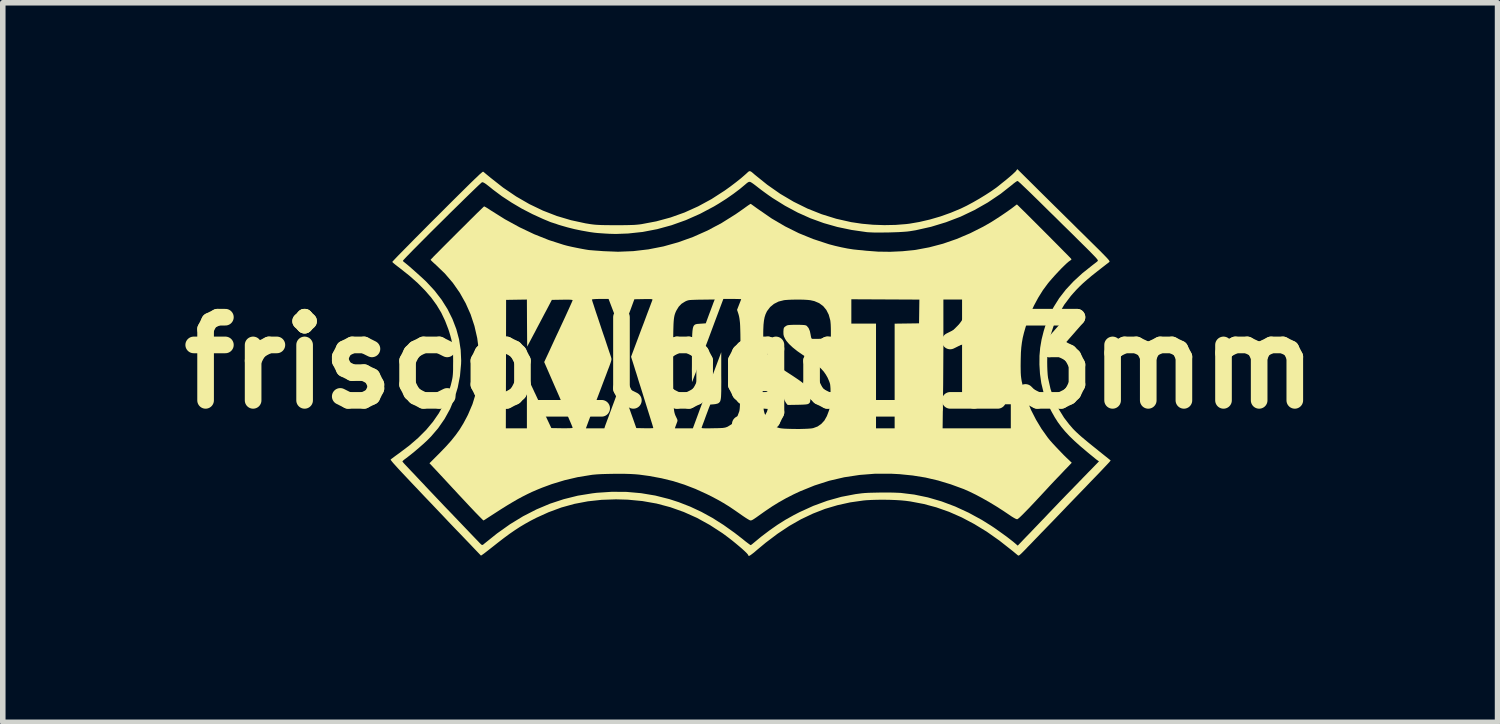
<source format=kicad_pcb>
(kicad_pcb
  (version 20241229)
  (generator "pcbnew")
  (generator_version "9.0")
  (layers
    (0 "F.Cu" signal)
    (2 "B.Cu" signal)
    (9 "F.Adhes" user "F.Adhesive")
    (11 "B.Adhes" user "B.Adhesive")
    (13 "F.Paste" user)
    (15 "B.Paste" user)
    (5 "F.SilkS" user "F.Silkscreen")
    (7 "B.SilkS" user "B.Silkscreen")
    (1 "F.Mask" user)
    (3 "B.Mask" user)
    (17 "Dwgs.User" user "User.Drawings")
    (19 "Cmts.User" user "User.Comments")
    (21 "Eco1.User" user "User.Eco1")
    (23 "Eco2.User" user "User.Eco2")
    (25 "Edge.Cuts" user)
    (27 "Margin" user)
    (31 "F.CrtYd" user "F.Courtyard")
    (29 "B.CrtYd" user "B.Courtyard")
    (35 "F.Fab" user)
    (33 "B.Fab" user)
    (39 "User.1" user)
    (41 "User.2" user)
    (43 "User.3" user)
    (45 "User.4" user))
  (footprint "frisco_logo_13mm"
    (layer "F.Cu")
    (at 10.479 3.492)
    (property "Reference" "frisco_logo_13mm" (at 0 0 0) (layer "F.SilkS") (effects (font (size 1.5 1.5) (thickness 0.3))))
    (attr board_only exclude_from_pos_files exclude_from_bom)
    (fp_poly (pts (xy 5.142 -3.171) (xy 5.21 -3.103) (xy 5.291 -3.023) (xy 5.382 -2.933) (xy 5.481 -2.835) (xy 5.586 -2.732) (xy 5.692 -2.627) (xy 5.799 -2.522) (xy 5.902 -2.419) (xy 5.981 -2.342) (xy 6.083 -2.241) (xy 6.17 -2.155) (xy 6.244 -2.082) (xy 6.306 -2.021) (xy 6.356 -1.97) (xy 6.396 -1.929) (xy 6.427 -1.897) (xy 6.45 -1.872) (xy 6.466 -1.853) (xy 6.475 -1.84) (xy 6.48 -1.83) (xy 6.48 -1.824) (xy 6.478 -1.819) (xy 6.473 -1.815) (xy 6.455 -1.8) (xy 6.424 -1.777) (xy 6.386 -1.747) (xy 6.365 -1.731) (xy 6.255 -1.645) (xy 6.159 -1.569) (xy 6.077 -1.5) (xy 6.005 -1.437) (xy 5.941 -1.376) (xy 5.882 -1.316) (xy 5.826 -1.254) (xy 5.783 -1.205) (xy 5.664 -1.047) (xy 5.564 -0.878) (xy 5.483 -0.699) (xy 5.421 -0.509) (xy 5.377 -0.308) (xy 5.367 -0.245) (xy 5.361 -0.184) (xy 5.358 -0.109) (xy 5.356 -0.025) (xy 5.357 0.061) (xy 5.36 0.144) (xy 5.365 0.218) (xy 5.372 0.276) (xy 5.373 0.279) (xy 5.416 0.473) (xy 5.479 0.657) (xy 5.56 0.829) (xy 5.66 0.991) (xy 5.754 1.113) (xy 5.787 1.151) (xy 5.818 1.187) (xy 5.851 1.221) (xy 5.886 1.255) (xy 5.926 1.292) (xy 5.972 1.333) (xy 6.028 1.38) (xy 6.094 1.435) (xy 6.173 1.499) (xy 6.268 1.575) (xy 6.276 1.582) (xy 6.501 1.762) (xy 6.473 1.796) (xy 6.458 1.812) (xy 6.431 1.841) (xy 6.393 1.881) (xy 6.346 1.931) (xy 6.292 1.988) (xy 6.233 2.049) (xy 6.204 2.079) (xy 6.136 2.149) (xy 6.057 2.232) (xy 5.971 2.321) (xy 5.882 2.413) (xy 5.794 2.504) (xy 5.712 2.589) (xy 5.676 2.627) (xy 5.605 2.701) (xy 5.532 2.777) (xy 5.461 2.851) (xy 5.393 2.921) (xy 5.333 2.983) (xy 5.283 3.035) (xy 5.252 3.066) (xy 5.195 3.126) (xy 5.129 3.194) (xy 5.062 3.264) (xy 5 3.327) (xy 4.981 3.348) (xy 4.932 3.398) (xy 4.897 3.433) (xy 4.871 3.457) (xy 4.854 3.471) (xy 4.841 3.477) (xy 4.832 3.476) (xy 4.824 3.47) (xy 4.807 3.456) (xy 4.778 3.432) (xy 4.742 3.402) (xy 4.722 3.386) (xy 4.493 3.206) (xy 4.266 3.046) (xy 4.04 2.908) (xy 3.815 2.789) (xy 3.588 2.689) (xy 3.358 2.608) (xy 3.126 2.546) (xy 2.888 2.501) (xy 2.806 2.49) (xy 2.724 2.482) (xy 2.627 2.476) (xy 2.519 2.472) (xy 2.406 2.47) (xy 2.294 2.471) (xy 2.188 2.474) (xy 2.094 2.479) (xy 2.041 2.484) (xy 1.803 2.518) (xy 1.573 2.569) (xy 1.35 2.635) (xy 1.132 2.72) (xy 0.917 2.822) (xy 0.705 2.943) (xy 0.493 3.084) (xy 0.28 3.245) (xy 0.128 3.371) (xy 0.071 3.42) (xy 0.027 3.454) (xy -0.003 3.475) (xy -0.022 3.484) (xy -0.031 3.481) (xy -0.033 3.474) (xy -0.041 3.459) (xy -0.064 3.432) (xy -0.1 3.397) (xy -0.147 3.354) (xy -0.202 3.307) (xy -0.263 3.256) (xy -0.327 3.204) (xy -0.393 3.153) (xy -0.457 3.105) (xy -0.501 3.073) (xy -0.729 2.925) (xy -0.961 2.797) (xy -1.198 2.691) (xy -1.44 2.605) (xy -1.688 2.539) (xy -1.944 2.494) (xy -2.208 2.469) (xy -2.421 2.463) (xy -2.68 2.472) (xy -2.929 2.499) (xy -3.17 2.545) (xy -3.405 2.61) (xy -3.637 2.696) (xy -3.855 2.795) (xy -3.96 2.849) (xy -4.057 2.903) (xy -4.151 2.959) (xy -4.243 3.019) (xy -4.339 3.085) (xy -4.442 3.161) (xy -4.556 3.249) (xy -4.614 3.295) (xy -4.67 3.339) (xy -4.721 3.379) (xy -4.766 3.414) (xy -4.8 3.44) (xy -4.822 3.456) (xy -4.825 3.458) (xy -4.855 3.478) (xy -4.969 3.359) (xy -5.008 3.318) (xy -5.059 3.264) (xy -5.118 3.203) (xy -5.181 3.137) (xy -5.245 3.07) (xy -5.291 3.023) (xy -5.363 2.948) (xy -5.448 2.859) (xy -5.543 2.758) (xy -5.647 2.649) (xy -5.757 2.533) (xy -5.872 2.413) (xy -5.988 2.29) (xy -6.104 2.168) (xy -6.217 2.048) (xy -6.299 1.961) (xy -6.35 1.906) (xy -6.396 1.855) (xy -6.435 1.812) (xy -6.461 1.781) (xy -6.272 1.781) (xy -6.263 1.792) (xy -6.244 1.815) (xy -6.217 1.844) (xy -6.214 1.847) (xy -6.194 1.868) (xy -6.161 1.903) (xy -6.118 1.949) (xy -6.065 2.004) (xy -6.006 2.067) (xy -5.942 2.135) (xy -5.874 2.206) (xy -5.862 2.22) (xy -5.79 2.296) (xy -5.717 2.373) (xy -5.645 2.449) (xy -5.577 2.52) (xy -5.517 2.584) (xy -5.466 2.637) (xy -5.428 2.676) (xy -5.38 2.726) (xy -5.321 2.788) (xy -5.256 2.856) (xy -5.189 2.926) (xy -5.124 2.994) (xy -5.096 3.023) (xy -5.042 3.08) (xy -4.991 3.133) (xy -4.946 3.18) (xy -4.909 3.218) (xy -4.883 3.246) (xy -4.871 3.258) (xy -4.848 3.28) (xy -4.832 3.287) (xy -4.813 3.278) (xy -4.797 3.264) (xy -4.565 3.078) (xy -4.331 2.912) (xy -4.095 2.768) (xy -3.855 2.645) (xy -3.611 2.542) (xy -3.362 2.46) (xy -3.109 2.397) (xy -2.849 2.355) (xy -2.768 2.345) (xy -2.495 2.327) (xy -2.228 2.329) (xy -1.968 2.352) (xy -1.711 2.395) (xy -1.458 2.459) (xy -1.286 2.515) (xy -1.081 2.595) (xy -0.88 2.689) (xy -0.681 2.798) (xy -0.482 2.924) (xy -0.28 3.068) (xy -0.133 3.182) (xy -0.088 3.219) (xy -0.047 3.25) (xy -0.016 3.273) (xy 0.003 3.286) (xy 0.008 3.289) (xy 0.021 3.282) (xy 0.042 3.266) (xy 0.044 3.264) (xy 0.199 3.136) (xy 0.347 3.024) (xy 0.491 2.923) (xy 0.637 2.831) (xy 0.789 2.746) (xy 0.89 2.694) (xy 1.138 2.581) (xy 1.389 2.489) (xy 1.643 2.418) (xy 1.899 2.369) (xy 2.014 2.354) (xy 2.07 2.349) (xy 2.143 2.345) (xy 2.228 2.343) (xy 2.321 2.341) (xy 2.416 2.34) (xy 2.509 2.34) (xy 2.595 2.342) (xy 2.67 2.345) (xy 2.714 2.347) (xy 2.958 2.377) (xy 3.204 2.428) (xy 3.451 2.5) (xy 3.696 2.592) (xy 3.939 2.704) (xy 4.179 2.835) (xy 4.342 2.937) (xy 4.407 2.98) (xy 4.477 3.03) (xy 4.55 3.082) (xy 4.622 3.134) (xy 4.687 3.184) (xy 4.742 3.227) (xy 4.781 3.26) (xy 4.825 3.298) (xy 4.894 3.226) (xy 4.931 3.187) (xy 4.976 3.14) (xy 5.024 3.091) (xy 5.058 3.056) (xy 5.089 3.023) (xy 5.133 2.977) (xy 5.186 2.922) (xy 5.246 2.859) (xy 5.31 2.793) (xy 5.374 2.725) (xy 5.395 2.703) (xy 5.461 2.634) (xy 5.527 2.565) (xy 5.591 2.498) (xy 5.65 2.437) (xy 5.701 2.384) (xy 5.741 2.343) (xy 5.75 2.334) (xy 5.797 2.286) (xy 5.845 2.236) (xy 5.89 2.19) (xy 5.926 2.153) (xy 5.929 2.149) (xy 5.96 2.118) (xy 6.001 2.075) (xy 6.049 2.026) (xy 6.101 1.972) (xy 6.144 1.929) (xy 6.29 1.778) (xy 6.264 1.76) (xy 6.247 1.748) (xy 6.217 1.724) (xy 6.177 1.691) (xy 6.129 1.652) (xy 6.077 1.609) (xy 6.076 1.608) (xy 5.954 1.505) (xy 5.849 1.411) (xy 5.758 1.323) (xy 5.679 1.238) (xy 5.61 1.155) (xy 5.548 1.071) (xy 5.492 0.983) (xy 5.439 0.889) (xy 5.418 0.849) (xy 5.345 0.689) (xy 5.289 0.53) (xy 5.25 0.369) (xy 5.226 0.2) (xy 5.216 0.033) (xy 5.217 -0.126) (xy 5.23 -0.274) (xy 5.255 -0.42) (xy 5.293 -0.571) (xy 5.32 -0.658) (xy 5.387 -0.834) (xy 5.471 -1.003) (xy 5.572 -1.164) (xy 5.692 -1.319) (xy 5.832 -1.469) (xy 5.991 -1.615) (xy 6.144 -1.737) (xy 6.186 -1.77) (xy 6.224 -1.799) (xy 6.252 -1.821) (xy 6.266 -1.834) (xy 6.269 -1.838) (xy 6.27 -1.843) (xy 6.267 -1.852) (xy 6.26 -1.864) (xy 6.247 -1.88) (xy 6.227 -1.903) (xy 6.199 -1.932) (xy 6.163 -1.969) (xy 6.117 -2.016) (xy 6.06 -2.073) (xy 5.991 -2.141) (xy 5.909 -2.222) (xy 5.814 -2.317) (xy 5.767 -2.363) (xy 5.627 -2.5) (xy 5.502 -2.624) (xy 5.39 -2.733) (xy 5.292 -2.83) (xy 5.206 -2.915) (xy 5.131 -2.988) (xy 5.067 -3.051) (xy 5.012 -3.104) (xy 4.966 -3.148) (xy 4.928 -3.184) (xy 4.898 -3.213) (xy 4.874 -3.236) (xy 4.855 -3.252) (xy 4.842 -3.264) (xy 4.832 -3.272) (xy 4.825 -3.276) (xy 4.821 -3.278) (xy 4.819 -3.278) (xy 4.804 -3.271) (xy 4.778 -3.253) (xy 4.745 -3.228) (xy 4.733 -3.217) (xy 4.516 -3.046) (xy 4.286 -2.891) (xy 4.045 -2.754) (xy 3.793 -2.634) (xy 3.531 -2.534) (xy 3.262 -2.452) (xy 2.986 -2.39) (xy 2.876 -2.372) (xy 2.827 -2.366) (xy 2.759 -2.361) (xy 2.679 -2.356) (xy 2.59 -2.353) (xy 2.496 -2.35) (xy 2.401 -2.349) (xy 2.311 -2.349) (xy 2.229 -2.349) (xy 2.159 -2.352) (xy 2.107 -2.355) (xy 2.1 -2.356) (xy 1.829 -2.395) (xy 1.571 -2.449) (xy 1.325 -2.519) (xy 1.088 -2.605) (xy 0.856 -2.709) (xy 0.627 -2.832) (xy 0.399 -2.974) (xy 0.391 -2.98) (xy 0.33 -3.022) (xy 0.262 -3.071) (xy 0.197 -3.119) (xy 0.141 -3.162) (xy 0.14 -3.163) (xy 0.095 -3.198) (xy 0.055 -3.228) (xy 0.022 -3.25) (xy 0.001 -3.261) (xy -0.002 -3.262) (xy -0.021 -3.263) (xy -0.042 -3.253) (xy -0.071 -3.231) (xy -0.082 -3.221) (xy -0.185 -3.135) (xy -0.303 -3.046) (xy -0.431 -2.957) (xy -0.566 -2.871) (xy -0.655 -2.818) (xy -0.906 -2.685) (xy -1.161 -2.572) (xy -1.419 -2.48) (xy -1.679 -2.409) (xy -1.94 -2.359) (xy -2.202 -2.331) (xy -2.416 -2.323) (xy -2.473 -2.324) (xy -2.54 -2.326) (xy -2.613 -2.33) (xy -2.687 -2.335) (xy -2.755 -2.34) (xy -2.812 -2.346) (xy -2.849 -2.351) (xy -2.884 -2.356) (xy -2.92 -2.362) (xy -3.043 -2.384) (xy -3.169 -2.41) (xy -3.292 -2.441) (xy -3.404 -2.473) (xy -3.463 -2.491) (xy -3.504 -2.506) (xy -3.54 -2.517) (xy -3.563 -2.525) (xy -3.566 -2.525) (xy -3.595 -2.535) (xy -3.609 -2.54) (xy -3.628 -2.548) (xy -3.661 -2.562) (xy -3.705 -2.58) (xy -3.738 -2.594) (xy -3.926 -2.68) (xy -4.116 -2.778) (xy -4.301 -2.887) (xy -4.478 -3.003) (xy -4.639 -3.123) (xy -4.673 -3.151) (xy -4.726 -3.193) (xy -4.765 -3.223) (xy -4.794 -3.242) (xy -4.816 -3.253) (xy -4.833 -3.256) (xy -4.835 -3.256) (xy -4.845 -3.249) (xy -4.869 -3.227) (xy -4.906 -3.193) (xy -4.954 -3.147) (xy -5.012 -3.091) (xy -5.079 -3.026) (xy -5.153 -2.954) (xy -5.233 -2.875) (xy -5.318 -2.792) (xy -5.407 -2.705) (xy -5.497 -2.615) (xy -5.588 -2.525) (xy -5.679 -2.435) (xy -5.768 -2.347) (xy -5.853 -2.261) (xy -5.934 -2.18) (xy -6.009 -2.104) (xy -6.077 -2.036) (xy -6.136 -1.975) (xy -6.186 -1.924) (xy -6.224 -1.884) (xy -6.25 -1.856) (xy -6.262 -1.841) (xy -6.263 -1.84) (xy -6.255 -1.826) (xy -6.244 -1.817) (xy -6.226 -1.803) (xy -6.194 -1.777) (xy -6.152 -1.742) (xy -6.103 -1.699) (xy -6.05 -1.652) (xy -5.996 -1.604) (xy -5.943 -1.556) (xy -5.894 -1.511) (xy -5.853 -1.473) (xy -5.836 -1.456) (xy -5.693 -1.302) (xy -5.567 -1.139) (xy -5.459 -0.968) (xy -5.37 -0.79) (xy -5.3 -0.607) (xy -5.25 -0.421) (xy -5.221 -0.231) (xy -5.212 -0.041) (xy -5.214 0.022) (xy -5.234 0.239) (xy -5.274 0.446) (xy -5.334 0.644) (xy -5.412 0.833) (xy -5.511 1.012) (xy -5.628 1.181) (xy -5.755 1.329) (xy -5.813 1.388) (xy -5.884 1.455) (xy -5.965 1.526) (xy -6.049 1.598) (xy -6.133 1.666) (xy -6.211 1.726) (xy -6.228 1.738) (xy -6.254 1.759) (xy -6.269 1.775) (xy -6.272 1.781) (xy -6.461 1.781) (xy -6.463 1.778) (xy -6.481 1.755) (xy -6.485 1.747) (xy -6.475 1.737) (xy -6.449 1.718) (xy -6.412 1.69) (xy -6.367 1.657) (xy -6.332 1.632) (xy -6.149 1.494) (xy -5.987 1.354) (xy -5.844 1.211) (xy -5.721 1.064) (xy -5.616 0.912) (xy -5.528 0.753) (xy -5.457 0.586) (xy -5.401 0.41) (xy -5.381 0.329) (xy -5.373 0.291) (xy -5.367 0.256) (xy -5.363 0.219) (xy -5.36 0.176) (xy -5.358 0.123) (xy -5.358 0.057) (xy -5.357 -0.027) (xy -5.358 -0.129) (xy -5.361 -0.214) (xy -5.367 -0.287) (xy -5.376 -0.354) (xy -5.389 -0.419) (xy -5.407 -0.487) (xy -5.43 -0.564) (xy -5.444 -0.606) (xy -5.502 -0.757) (xy -5.571 -0.902) (xy -5.654 -1.04) (xy -5.752 -1.175) (xy -5.866 -1.306) (xy -5.997 -1.438) (xy -6.146 -1.57) (xy -6.315 -1.704) (xy -6.362 -1.74) (xy -6.403 -1.772) (xy -6.433 -1.797) (xy -6.451 -1.814) (xy -6.455 -1.818) (xy -6.448 -1.827) (xy -6.427 -1.85) (xy -6.392 -1.887) (xy -6.345 -1.936) (xy -6.286 -1.996) (xy -6.217 -2.066) (xy -6.138 -2.146) (xy -6.052 -2.234) (xy -5.957 -2.329) (xy -5.857 -2.43) (xy -5.751 -2.537) (xy -5.644 -2.643) (xy -5.508 -2.779) (xy -5.386 -2.901) (xy -5.278 -3.008) (xy -5.183 -3.102) (xy -5.101 -3.183) (xy -5.031 -3.252) (xy -4.972 -3.309) (xy -4.923 -3.355) (xy -4.885 -3.392) (xy -4.855 -3.418) (xy -4.834 -3.436) (xy -4.821 -3.445) (xy -4.816 -3.446) (xy -4.802 -3.436) (xy -4.776 -3.414) (xy -4.74 -3.384) (xy -4.697 -3.349) (xy -4.684 -3.338) (xy -4.455 -3.158) (xy -4.221 -2.999) (xy -3.982 -2.861) (xy -3.738 -2.744) (xy -3.488 -2.647) (xy -3.232 -2.571) (xy -2.969 -2.514) (xy -2.882 -2.5) (xy -2.836 -2.494) (xy -2.788 -2.489) (xy -2.734 -2.486) (xy -2.671 -2.483) (xy -2.595 -2.482) (xy -2.504 -2.481) (xy -2.421 -2.481) (xy -2.315 -2.481) (xy -2.227 -2.482) (xy -2.155 -2.484) (xy -2.094 -2.486) (xy -2.042 -2.49) (xy -1.994 -2.495) (xy -1.959 -2.5) (xy -1.694 -2.55) (xy -1.436 -2.62) (xy -1.184 -2.71) (xy -0.938 -2.821) (xy -0.697 -2.952) (xy -0.46 -3.105) (xy -0.358 -3.178) (xy -0.253 -3.258) (xy -0.165 -3.328) (xy -0.09 -3.393) (xy -0.058 -3.422) (xy -0.036 -3.443) (xy -0.018 -3.454) (xy -0.002 -3.455) (xy 0.019 -3.445) (xy 0.048 -3.422) (xy 0.082 -3.392) (xy 0.308 -3.21) (xy 0.541 -3.047) (xy 0.783 -2.904) (xy 1.032 -2.781) (xy 1.288 -2.679) (xy 1.551 -2.597) (xy 1.821 -2.536) (xy 1.828 -2.535) (xy 2.016 -2.507) (xy 2.215 -2.489) (xy 2.419 -2.482) (xy 2.621 -2.486) (xy 2.813 -2.501) (xy 2.871 -2.508) (xy 3.051 -2.539) (xy 3.24 -2.583) (xy 3.432 -2.639) (xy 3.619 -2.706) (xy 3.797 -2.78) (xy 3.799 -2.781) (xy 3.904 -2.832) (xy 4.016 -2.892) (xy 4.131 -2.958) (xy 4.242 -3.026) (xy 4.346 -3.093) (xy 4.437 -3.157) (xy 4.472 -3.184) (xy 4.546 -3.244) (xy 4.615 -3.299) (xy 4.676 -3.35) (xy 4.727 -3.394) (xy 4.765 -3.43) (xy 4.79 -3.454) (xy 4.794 -3.46) (xy 4.818 -3.492)) (stroke (width 0) (type solid)) (fill yes) (layer "F.SilkS"))
    (fp_poly (pts (xy 0.018 -2.86) (xy 0.042 -2.843) (xy 0.078 -2.817) (xy 0.122 -2.785) (xy 0.151 -2.765) (xy 0.387 -2.602) (xy 0.629 -2.46) (xy 0.876 -2.337) (xy 1.133 -2.232) (xy 1.4 -2.144) (xy 1.422 -2.137) (xy 1.532 -2.108) (xy 1.646 -2.082) (xy 1.756 -2.06) (xy 1.858 -2.044) (xy 1.943 -2.035) (xy 1.976 -2.032) (xy 2.023 -2.028) (xy 2.075 -2.022) (xy 2.095 -2.02) (xy 2.305 -2.004) (xy 2.524 -2.001) (xy 2.744 -2.011) (xy 2.956 -2.032) (xy 2.985 -2.036) (xy 3.23 -2.082) (xy 3.477 -2.147) (xy 3.723 -2.232) (xy 3.966 -2.335) (xy 4.202 -2.454) (xy 4.342 -2.534) (xy 4.396 -2.568) (xy 4.458 -2.608) (xy 4.524 -2.651) (xy 4.59 -2.696) (xy 4.652 -2.739) (xy 4.706 -2.777) (xy 4.747 -2.808) (xy 4.761 -2.819) (xy 4.787 -2.839) (xy 4.805 -2.852) (xy 4.81 -2.855) (xy 4.819 -2.847) (xy 4.841 -2.826) (xy 4.875 -2.792) (xy 4.92 -2.748) (xy 4.974 -2.695) (xy 5.035 -2.634) (xy 5.102 -2.567) (xy 5.174 -2.495) (xy 5.248 -2.421) (xy 5.323 -2.346) (xy 5.398 -2.271) (xy 5.471 -2.197) (xy 5.54 -2.128) (xy 5.604 -2.063) (xy 5.661 -2.005) (xy 5.711 -1.955) (xy 5.75 -1.915) (xy 5.778 -1.886) (xy 5.792 -1.87) (xy 5.794 -1.868) (xy 5.788 -1.856) (xy 5.769 -1.842) (xy 5.767 -1.841) (xy 5.743 -1.824) (xy 5.707 -1.793) (xy 5.662 -1.75) (xy 5.61 -1.699) (xy 5.555 -1.641) (xy 5.498 -1.58) (xy 5.443 -1.518) (xy 5.391 -1.458) (xy 5.366 -1.427) (xy 5.278 -1.308) (xy 5.194 -1.173) (xy 5.117 -1.03) (xy 5.05 -0.884) (xy 5.001 -0.751) (xy 4.965 -0.638) (xy 4.937 -0.54) (xy 4.915 -0.45) (xy 4.9 -0.364) (xy 4.889 -0.277) (xy 4.882 -0.182) (xy 4.879 -0.075) (xy 4.878 -0.027) (xy 4.877 0.058) (xy 4.878 0.126) (xy 4.879 0.182) (xy 4.882 0.23) (xy 4.887 0.274) (xy 4.894 0.32) (xy 4.897 0.336) (xy 4.936 0.505) (xy 4.993 0.679) (xy 5.066 0.854) (xy 5.154 1.026) (xy 5.254 1.192) (xy 5.365 1.348) (xy 5.384 1.372) (xy 5.412 1.406) (xy 5.452 1.451) (xy 5.501 1.504) (xy 5.553 1.559) (xy 5.606 1.614) (xy 5.655 1.665) (xy 5.697 1.706) (xy 5.699 1.708) (xy 5.799 1.803) (xy 5.719 1.887) (xy 5.678 1.929) (xy 5.629 1.981) (xy 5.579 2.034) (xy 5.541 2.073) (xy 5.494 2.122) (xy 5.445 2.174) (xy 5.398 2.224) (xy 5.367 2.258) (xy 5.261 2.372) (xy 5.168 2.472) (xy 5.089 2.556) (xy 5.021 2.628) (xy 4.964 2.686) (xy 4.918 2.733) (xy 4.881 2.769) (xy 4.853 2.795) (xy 4.832 2.812) (xy 4.818 2.821) (xy 4.812 2.822) (xy 4.792 2.816) (xy 4.759 2.799) (xy 4.716 2.773) (xy 4.681 2.749) (xy 4.562 2.669) (xy 4.437 2.589) (xy 4.311 2.513) (xy 4.186 2.442) (xy 4.066 2.378) (xy 3.955 2.324) (xy 3.858 2.281) (xy 3.851 2.278) (xy 3.616 2.192) (xy 3.388 2.123) (xy 3.161 2.07) (xy 2.931 2.033) (xy 2.693 2.009) (xy 2.54 2.001) (xy 2.254 2.001) (xy 1.973 2.023) (xy 1.696 2.065) (xy 1.425 2.128) (xy 1.16 2.213) (xy 0.901 2.318) (xy 0.787 2.371) (xy 0.646 2.443) (xy 0.518 2.515) (xy 0.395 2.591) (xy 0.269 2.676) (xy 0.218 2.712) (xy 0.156 2.756) (xy 0.11 2.789) (xy 0.076 2.812) (xy 0.051 2.828) (xy 0.034 2.837) (xy 0.021 2.842) (xy 0.01 2.843) (xy 0.005 2.844) (xy -0.012 2.838) (xy -0.042 2.821) (xy -0.082 2.796) (xy -0.13 2.764) (xy -0.164 2.74) (xy -0.279 2.66) (xy -0.383 2.59) (xy -0.484 2.528) (xy -0.586 2.47) (xy -0.695 2.412) (xy -0.788 2.366) (xy -0.988 2.275) (xy -1.188 2.198) (xy -1.39 2.134) (xy -1.599 2.083) (xy -1.82 2.042) (xy -2.003 2.017) (xy -2.072 2.011) (xy -2.158 2.006) (xy -2.256 2.003) (xy -2.362 2.002) (xy -2.471 2.003) (xy -2.579 2.005) (xy -2.68 2.008) (xy -2.77 2.013) (xy -2.845 2.02) (xy -2.866 2.023) (xy -3.111 2.063) (xy -3.346 2.118) (xy -3.577 2.188) (xy -3.756 2.254) (xy -3.846 2.291) (xy -3.932 2.328) (xy -4.016 2.368) (xy -4.101 2.411) (xy -4.189 2.458) (xy -4.282 2.512) (xy -4.384 2.573) (xy -4.496 2.643) (xy -4.62 2.723) (xy -4.75 2.807) (xy -4.78 2.827) (xy -4.802 2.84) (xy -4.811 2.844) (xy -4.82 2.836) (xy -4.841 2.815) (xy -4.873 2.783) (xy -4.914 2.741) (xy -4.961 2.693) (xy -4.99 2.662) (xy -5.05 2.599) (xy -5.119 2.525) (xy -5.193 2.446) (xy -5.267 2.367) (xy -5.335 2.293) (xy -5.358 2.269) (xy -5.418 2.204) (xy -5.481 2.136) (xy -5.542 2.07) (xy -5.599 2.009) (xy -5.646 1.958) (xy -5.668 1.935) (xy -5.784 1.812) (xy -5.597 1.625) (xy -5.487 1.511) (xy -5.392 1.405) (xy -5.31 1.302) (xy -5.237 1.2) (xy -5.227 1.183) (xy -4.407 1.183) (xy -4.217 1.183) (xy -4.027 1.183) (xy -2.963 1.183) (xy -2.797 1.183) (xy -2.63 1.183) (xy -2.619 1.148) (xy -2.612 1.127) (xy -2.598 1.09) (xy -2.58 1.04) (xy -2.557 0.98) (xy -2.533 0.913) (xy -2.524 0.89) (xy -2.496 0.814) (xy -2.466 0.734) (xy -2.437 0.656) (xy -2.412 0.586) (xy -2.392 0.531) (xy -2.391 0.529) (xy -2.372 0.479) (xy -2.355 0.439) (xy -2.342 0.411) (xy -2.334 0.399) (xy -2.333 0.399) (xy -2.328 0.411) (xy -2.316 0.441) (xy -2.299 0.485) (xy -2.279 0.542) (xy -2.255 0.607) (xy -2.236 0.662) (xy -2.208 0.742) (xy -2.179 0.823) (xy -2.152 0.901) (xy -2.127 0.971) (xy -2.107 1.027) (xy -2.1 1.047) (xy -2.054 1.178) (xy -1.901 1.181) (xy -1.846 1.181) (xy -1.8 1.181) (xy -1.766 1.18) (xy -1.749 1.178) (xy -1.748 1.178) (xy -1.749 1.17) (xy -1.755 1.15) (xy -1.764 1.118) (xy -1.778 1.073) (xy -1.797 1.012) (xy -1.821 0.935) (xy -1.851 0.84) (xy -1.886 0.728) (xy -1.927 0.597) (xy -1.952 0.516) (xy -1.976 0.439) (xy -1.999 0.368) (xy -2.018 0.307) (xy -2.032 0.26) (xy -2.042 0.229) (xy -2.042 0.228) (xy -2.054 0.189) (xy -2.071 0.137) (xy -2.089 0.078) (xy -2.106 0.024) (xy -2.148 -0.107) (xy -1.389 -0.107) (xy -1.389 0.025) (xy -1.389 0.181) (xy -1.389 0.317) (xy -1.388 0.434) (xy -1.388 0.535) (xy -1.386 0.62) (xy -1.385 0.692) (xy -1.382 0.751) (xy -1.379 0.8) (xy -1.375 0.841) (xy -1.371 0.874) (xy -1.365 0.902) (xy -1.358 0.926) (xy -1.35 0.948) (xy -1.34 0.969) (xy -1.332 0.986) (xy -1.317 1.017) (xy -1.311 1.038) (xy -1.314 1.059) (xy -1.324 1.086) (xy -1.337 1.121) (xy -1.348 1.151) (xy -1.351 1.159) (xy -1.358 1.183) (xy -1.196 1.183) (xy -1.034 1.183) (xy -0.955 0.969) (xy -0.934 0.912) (xy -0.907 0.838) (xy -0.874 0.751) (xy -0.838 0.654) (xy -0.799 0.55) (xy -0.759 0.443) (xy -0.719 0.336) (xy -0.699 0.282) (xy -0.522 -0.19) (xy -0.522 0.231) (xy -0.521 0.343) (xy -0.522 0.435) (xy -0.522 0.509) (xy -0.524 0.568) (xy -0.526 0.614) (xy -0.53 0.649) (xy -0.535 0.674) (xy -0.541 0.693) (xy -0.549 0.707) (xy -0.56 0.718) (xy -0.571 0.728) (xy -0.591 0.737) (xy -0.625 0.745) (xy -0.655 0.749) (xy -0.72 0.754) (xy -0.74 0.803) (xy -0.751 0.831) (xy -0.767 0.875) (xy -0.787 0.928) (xy -0.808 0.985) (xy -0.814 1.002) (xy -0.834 1.057) (xy -0.852 1.104) (xy -0.866 1.142) (xy -0.874 1.165) (xy -0.876 1.169) (xy -0.876 1.174) (xy -0.869 1.178) (xy -0.852 1.181) (xy -0.823 1.182) (xy -0.778 1.183) (xy -0.717 1.182) (xy -0.672 1.181) (xy -0.598 1.18) (xy -0.542 1.178) (xy -0.5 1.176) (xy -0.469 1.172) (xy -0.445 1.167) (xy -0.425 1.16) (xy -0.407 1.153) (xy -0.337 1.11) (xy -0.279 1.051) (xy -0.234 0.975) (xy -0.199 0.882) (xy -0.195 0.868) (xy -0.192 0.85) (xy -0.189 0.828) (xy -0.187 0.799) (xy -0.185 0.762) (xy -0.183 0.715) (xy -0.182 0.657) (xy -0.18 0.586) (xy -0.179 0.51) (xy 0.225 0.51) (xy 0.231 0.676) (xy 0.234 0.753) (xy 0.239 0.814) (xy 0.246 0.862) (xy 0.256 0.901) (xy 0.258 0.909) (xy 0.293 0.996) (xy 0.337 1.065) (xy 0.392 1.117) (xy 0.46 1.156) (xy 0.523 1.177) (xy 0.558 1.183) (xy 0.609 1.188) (xy 0.674 1.191) (xy 0.748 1.193) (xy 0.826 1.194) (xy 0.904 1.194) (xy 0.979 1.192) (xy 1.045 1.189) (xy 1.098 1.185) (xy 1.135 1.179) (xy 1.138 1.178) (xy 1.216 1.149) (xy 1.282 1.103) (xy 1.338 1.042) (xy 1.383 0.962) (xy 1.42 0.864) (xy 1.424 0.85) (xy 1.434 0.815) (xy 1.44 0.781) (xy 1.445 0.743) (xy 1.447 0.698) (xy 1.449 0.639) (xy 1.449 0.581) (xy 1.449 0.512) (xy 1.448 0.46) (xy 1.445 0.421) (xy 1.442 0.392) (xy 1.436 0.367) (xy 1.427 0.342) (xy 1.423 0.331) (xy 1.396 0.269) (xy 1.364 0.213) (xy 1.327 0.16) (xy 1.281 0.109) (xy 1.224 0.056) (xy 1.155 0.001) (xy 1.072 -0.059) (xy 0.971 -0.127) (xy 0.946 -0.143) (xy 0.851 -0.209) (xy 0.768 -0.275) (xy 0.701 -0.338) (xy 0.651 -0.397) (xy 0.626 -0.438) (xy 0.608 -0.477) (xy 0.6 -0.512) (xy 0.599 -0.554) (xy 0.599 -0.565) (xy 0.602 -0.604) (xy 0.607 -0.627) (xy 0.618 -0.643) (xy 0.638 -0.658) (xy 0.639 -0.659) (xy 0.655 -0.669) (xy 0.672 -0.676) (xy 0.694 -0.68) (xy 0.724 -0.682) (xy 0.768 -0.684) (xy 0.829 -0.684) (xy 0.836 -0.684) (xy 0.899 -0.684) (xy 0.945 -0.682) (xy 0.976 -0.68) (xy 0.997 -0.676) (xy 1.013 -0.67) (xy 1.023 -0.662) (xy 1.053 -0.626) (xy 1.076 -0.571) (xy 1.091 -0.499) (xy 1.091 -0.497) (xy 1.099 -0.456) (xy 1.109 -0.435) (xy 1.115 -0.432) (xy 1.132 -0.431) (xy 1.165 -0.431) (xy 1.212 -0.431) (xy 1.268 -0.432) (xy 1.293 -0.432) (xy 1.455 -0.435) (xy 1.455 -0.574) (xy 1.454 -0.633) (xy 1.452 -0.689) (xy 1.448 -0.736) (xy 1.444 -0.767) (xy 1.416 -0.868) (xy 1.373 -0.953) (xy 1.316 -1.022) (xy 1.244 -1.075) (xy 1.157 -1.112) (xy 1.085 -1.128) (xy 1.04 -1.133) (xy 0.978 -1.137) (xy 0.906 -1.139) (xy 0.829 -1.139) (xy 0.754 -1.138) (xy 0.686 -1.135) (xy 0.63 -1.131) (xy 0.608 -1.128) (xy 0.512 -1.104) (xy 0.429 -1.062) (xy 0.36 -1.005) (xy 0.306 -0.934) (xy 0.3 -0.924) (xy 0.277 -0.875) (xy 0.26 -0.822) (xy 0.248 -0.76) (xy 0.24 -0.685) (xy 0.236 -0.595) (xy 0.235 -0.537) (xy 0.235 -0.467) (xy 0.235 -0.413) (xy 0.238 -0.372) (xy 0.242 -0.339) (xy 0.248 -0.309) (xy 0.257 -0.278) (xy 0.258 -0.275) (xy 0.297 -0.183) (xy 0.356 -0.093) (xy 0.433 -0.006) (xy 0.525 0.075) (xy 0.6 0.128) (xy 0.688 0.185) (xy 0.759 0.231) (xy 0.817 0.27) (xy 0.863 0.301) (xy 0.9 0.327) (xy 0.93 0.349) (xy 0.955 0.37) (xy 0.978 0.39) (xy 0.985 0.396) (xy 1.029 0.437) (xy 1.057 0.472) (xy 1.074 0.505) (xy 1.083 0.545) (xy 1.085 0.595) (xy 1.085 0.612) (xy 1.085 0.659) (xy 1.082 0.695) (xy 1.074 0.72) (xy 1.057 0.737) (xy 1.03 0.748) (xy 0.989 0.753) (xy 0.932 0.756) (xy 0.86 0.758) (xy 0.676 0.761) (xy 0.648 0.728) (xy 0.616 0.672) (xy 0.599 0.603) (xy 0.597 0.562) (xy 0.597 0.51) (xy 0.411 0.51) (xy 0.225 0.51) (xy -0.179 0.51) (xy -0.179 0.5) (xy -0.178 0.398) (xy -0.177 0.278) (xy -0.177 0.139) (xy -0.176 0.098) (xy -0.176 -0.063) (xy -0.175 -0.204) (xy -0.175 -0.326) (xy -0.176 -0.432) (xy -0.177 -0.522) (xy -0.179 -0.598) (xy -0.181 -0.663) (xy -0.184 -0.717) (xy -0.189 -0.762) (xy -0.194 -0.8) (xy -0.2 -0.833) (xy -0.207 -0.862) (xy -0.215 -0.888) (xy -0.216 -0.892) (xy -0.237 -0.954) (xy -0.2 -1.049) (xy -0.184 -1.09) (xy -0.171 -1.123) (xy -0.164 -1.143) (xy -0.163 -1.145) (xy 1.824 -1.145) (xy 1.824 -0.925) (xy 1.824 -0.706) (xy 2.046 -0.706) (xy 2.269 -0.706) (xy 2.269 0.239) (xy 2.269 1.183) (xy 2.437 1.183) (xy 2.605 1.183) (xy 3.47 1.183) (xy 4.085 1.183) (xy 4.7 1.183) (xy 4.7 0.966) (xy 4.7 0.749) (xy 4.26 0.749) (xy 3.821 0.749) (xy 3.821 -0.195) (xy 3.821 -1.14) (xy 3.653 -1.14) (xy 3.484 -1.14) (xy 3.484 -0.55) (xy 3.484 -0.412) (xy 3.484 -0.26) (xy 3.483 -0.097) (xy 3.482 0.069) (xy 3.481 0.233) (xy 3.48 0.391) (xy 3.478 0.535) (xy 3.477 0.612) (xy 3.47 1.183) (xy 2.605 1.183) (xy 2.605 0.239) (xy 2.605 -0.705) (xy 2.825 -0.708) (xy 3.045 -0.711) (xy 3.048 -0.925) (xy 3.051 -1.139) (xy 2.437 -1.142) (xy 1.824 -1.145) (xy -0.163 -1.145) (xy -0.163 -1.147) (xy -0.173 -1.148) (xy -0.201 -1.149) (xy -0.244 -1.15) (xy -0.296 -1.151) (xy -0.323 -1.151) (xy -0.484 -1.151) (xy -0.638 -0.741) (xy -0.704 -0.563) (xy -0.763 -0.405) (xy -0.816 -0.266) (xy -0.862 -0.143) (xy -0.901 -0.037) (xy -0.936 0.053) (xy -0.964 0.13) (xy -0.988 0.193) (xy -1.008 0.243) (xy -1.023 0.283) (xy -1.034 0.312) (xy -1.042 0.331) (xy -1.047 0.343) (xy -1.049 0.347) (xy -1.05 0.337) (xy -1.05 0.308) (xy -1.051 0.262) (xy -1.051 0.2) (xy -1.052 0.126) (xy -1.051 0.04) (xy -1.051 -0.055) (xy -1.051 -0.131) (xy -1.05 -0.256) (xy -1.049 -0.361) (xy -1.048 -0.447) (xy -1.045 -0.518) (xy -1.041 -0.574) (xy -1.035 -0.617) (xy -1.027 -0.648) (xy -1.015 -0.671) (xy -0.999 -0.686) (xy -0.98 -0.695) (xy -0.956 -0.7) (xy -0.927 -0.702) (xy -0.892 -0.705) (xy -0.886 -0.705) (xy -0.801 -0.711) (xy -0.737 -0.885) (xy -0.714 -0.945) (xy -0.693 -1.002) (xy -0.675 -1.05) (xy -0.662 -1.086) (xy -0.656 -1.1) (xy -0.64 -1.141) (xy -0.876 -1.138) (xy -0.954 -1.137) (xy -1.013 -1.135) (xy -1.058 -1.133) (xy -1.09 -1.131) (xy -1.115 -1.127) (xy -1.135 -1.121) (xy -1.154 -1.114) (xy -1.174 -1.104) (xy -1.238 -1.064) (xy -1.289 -1.011) (xy -1.33 -0.944) (xy -1.341 -0.922) (xy -1.35 -0.9) (xy -1.358 -0.878) (xy -1.365 -0.853) (xy -1.371 -0.824) (xy -1.376 -0.789) (xy -1.38 -0.747) (xy -1.383 -0.695) (xy -1.385 -0.633) (xy -1.387 -0.559) (xy -1.388 -0.471) (xy -1.389 -0.367) (xy -1.389 -0.246) (xy -1.389 -0.107) (xy -2.148 -0.107) (xy -2.148 -0.109) (xy -1.96 -0.611) (xy -1.922 -0.71) (xy -1.887 -0.804) (xy -1.855 -0.89) (xy -1.826 -0.966) (xy -1.802 -1.03) (xy -1.783 -1.081) (xy -1.77 -1.115) (xy -1.764 -1.131) (xy -1.764 -1.132) (xy -1.762 -1.139) (xy -1.766 -1.144) (xy -1.779 -1.147) (xy -1.803 -1.149) (xy -1.842 -1.149) (xy -1.898 -1.149) (xy -1.922 -1.148) (xy -2.089 -1.145) (xy -2.173 -0.917) (xy -2.21 -0.819) (xy -2.239 -0.74) (xy -2.263 -0.678) (xy -2.281 -0.63) (xy -2.295 -0.595) (xy -2.305 -0.572) (xy -2.312 -0.558) (xy -2.317 -0.552) (xy -2.32 -0.551) (xy -2.323 -0.554) (xy -2.323 -0.555) (xy -2.329 -0.569) (xy -2.341 -0.6) (xy -2.36 -0.646) (xy -2.382 -0.704) (xy -2.409 -0.772) (xy -2.437 -0.846) (xy -2.443 -0.86) (xy -2.554 -1.151) (xy -2.705 -1.151) (xy -2.772 -1.15) (xy -2.82 -1.147) (xy -2.848 -1.143) (xy -2.855 -1.139) (xy -2.851 -1.127) (xy -2.842 -1.096) (xy -2.826 -1.049) (xy -2.806 -0.987) (xy -2.782 -0.913) (xy -2.753 -0.828) (xy -2.722 -0.735) (xy -2.689 -0.636) (xy -2.686 -0.626) (xy -2.652 -0.526) (xy -2.619 -0.43) (xy -2.59 -0.342) (xy -2.564 -0.264) (xy -2.542 -0.198) (xy -2.524 -0.146) (xy -2.512 -0.11) (xy -2.507 -0.092) (xy -2.506 -0.091) (xy -2.503 -0.077) (xy -2.502 -0.061) (xy -2.505 -0.042) (xy -2.513 -0.014) (xy -2.526 0.024) (xy -2.545 0.076) (xy -2.566 0.13) (xy -2.598 0.216) (xy -2.634 0.31) (xy -2.671 0.408) (xy -2.709 0.509) (xy -2.747 0.609) (xy -2.784 0.706) (xy -2.819 0.798) (xy -2.851 0.882) (xy -2.879 0.956) (xy -2.901 1.016) (xy -2.918 1.061) (xy -2.926 1.083) (xy -2.963 1.183) (xy -4.027 1.183) (xy -4.027 0.72) (xy -4.027 0.618) (xy -4.026 0.525) (xy -4.025 0.443) (xy -4.024 0.375) (xy -4.022 0.321) (xy -4.021 0.285) (xy -4.019 0.268) (xy -4.018 0.266) (xy -4.011 0.279) (xy -3.996 0.308) (xy -3.975 0.352) (xy -3.948 0.407) (xy -3.917 0.472) (xy -3.884 0.544) (xy -3.879 0.553) (xy -3.84 0.637) (xy -3.799 0.725) (xy -3.758 0.812) (xy -3.72 0.893) (xy -3.687 0.963) (xy -3.668 1.004) (xy -3.586 1.178) (xy -3.394 1.181) (xy -3.314 1.181) (xy -3.256 1.18) (xy -3.219 1.178) (xy -3.203 1.174) (xy -3.202 1.172) (xy -3.206 1.159) (xy -3.218 1.129) (xy -3.235 1.088) (xy -3.256 1.039) (xy -3.261 1.028) (xy -3.277 0.99) (xy -3.302 0.935) (xy -3.332 0.865) (xy -3.368 0.784) (xy -3.407 0.694) (xy -3.448 0.598) (xy -3.491 0.5) (xy -3.517 0.441) (xy -3.715 -0.013) (xy -3.633 -0.188) (xy -3.609 -0.24) (xy -3.578 -0.308) (xy -3.541 -0.388) (xy -3.5 -0.477) (xy -3.456 -0.57) (xy -3.412 -0.665) (xy -3.377 -0.74) (xy -3.338 -0.824) (xy -3.302 -0.903) (xy -3.27 -0.973) (xy -3.243 -1.033) (xy -3.222 -1.08) (xy -3.208 -1.112) (xy -3.202 -1.127) (xy -3.202 -1.128) (xy -3.21 -1.133) (xy -3.234 -1.136) (xy -3.275 -1.138) (xy -3.336 -1.138) (xy -3.389 -1.137) (xy -3.577 -1.134) (xy -3.674 -0.949) (xy -3.71 -0.882) (xy -3.752 -0.802) (xy -3.798 -0.715) (xy -3.844 -0.628) (xy -3.887 -0.545) (xy -3.897 -0.527) (xy -4.022 -0.291) (xy -4.025 -0.716) (xy -4.027 -1.14) (xy -4.214 -1.137) (xy -4.402 -1.134) (xy -4.404 0.024) (xy -4.407 1.183) (xy -5.227 1.183) (xy -5.172 1.093) (xy -5.111 0.979) (xy -5.089 0.936) (xy -5.008 0.746) (xy -4.948 0.55) (xy -4.907 0.348) (xy -4.886 0.137) (xy -4.883 0.011) (xy -4.893 -0.221) (xy -4.923 -0.446) (xy -4.973 -0.664) (xy -5.042 -0.873) (xy -5.131 -1.073) (xy -5.238 -1.263) (xy -5.363 -1.442) (xy -5.507 -1.61) (xy -5.666 -1.763) (xy -5.704 -1.797) (xy -5.735 -1.826) (xy -5.756 -1.847) (xy -5.764 -1.857) (xy -5.764 -1.857) (xy -5.756 -1.866) (xy -5.735 -1.888) (xy -5.702 -1.923) (xy -5.657 -1.968) (xy -5.604 -2.021) (xy -5.543 -2.083) (xy -5.477 -2.149) (xy -5.406 -2.22) (xy -5.332 -2.294) (xy -5.258 -2.368) (xy -5.183 -2.442) (xy -5.111 -2.514) (xy -5.043 -2.582) (xy -4.98 -2.644) (xy -4.924 -2.7) (xy -4.876 -2.746) (xy -4.838 -2.783) (xy -4.812 -2.808) (xy -4.8 -2.819) (xy -4.799 -2.82) (xy -4.787 -2.815) (xy -4.761 -2.801) (xy -4.725 -2.779) (xy -4.683 -2.751) (xy -4.423 -2.588) (xy -4.16 -2.444) (xy -3.895 -2.318) (xy -3.629 -2.212) (xy -3.364 -2.127) (xy -3.305 -2.111) (xy -3.263 -2.101) (xy -3.209 -2.089) (xy -3.146 -2.076) (xy -3.081 -2.063) (xy -3.018 -2.051) (xy -2.962 -2.041) (xy -2.918 -2.034) (xy -2.893 -2.031) (xy -2.876 -2.03) (xy -2.84 -2.027) (xy -2.791 -2.023) (xy -2.731 -2.019) (xy -2.665 -2.014) (xy -2.659 -2.013) (xy -2.383 -2.002) (xy -2.109 -2.013) (xy -1.836 -2.045) (xy -1.565 -2.098) (xy -1.297 -2.173) (xy -1.032 -2.268) (xy -0.771 -2.384) (xy -0.514 -2.521) (xy -0.262 -2.679) (xy -0.12 -2.778) (xy -0.076 -2.81) (xy -0.038 -2.837) (xy -0.009 -2.856) (xy 0.006 -2.865) (xy 0.007 -2.866)) (stroke (width 0) (type solid)) (fill yes) (layer "F.SilkS")))
  (gr_rect
    (start -3 -3)
    (end 23.957 9.976)
    (stroke (width 0.1) (type default))
    (fill no)
    (layer "Edge.Cuts")))
</source>
